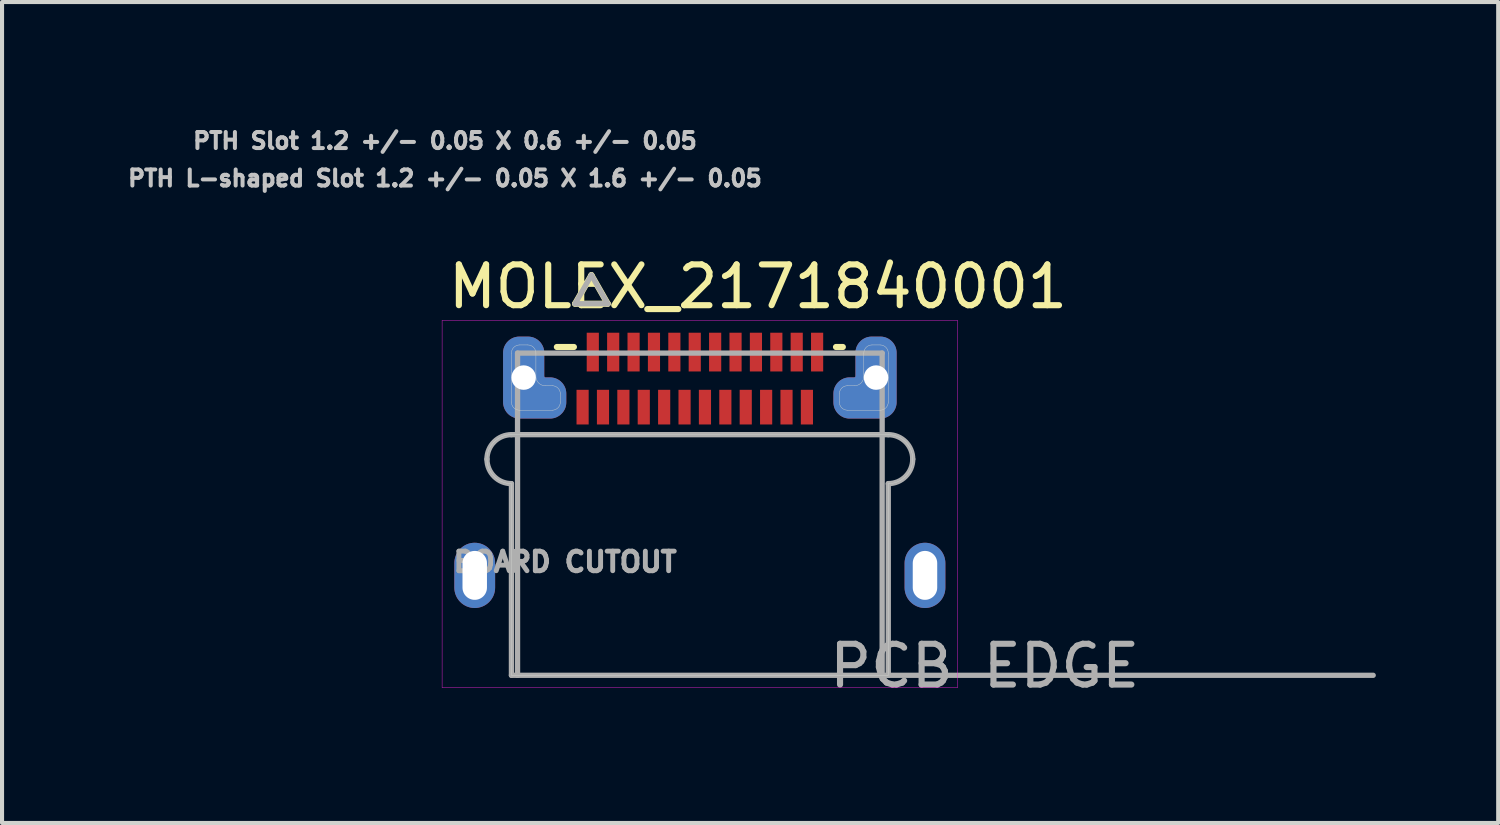
<source format=kicad_pcb>
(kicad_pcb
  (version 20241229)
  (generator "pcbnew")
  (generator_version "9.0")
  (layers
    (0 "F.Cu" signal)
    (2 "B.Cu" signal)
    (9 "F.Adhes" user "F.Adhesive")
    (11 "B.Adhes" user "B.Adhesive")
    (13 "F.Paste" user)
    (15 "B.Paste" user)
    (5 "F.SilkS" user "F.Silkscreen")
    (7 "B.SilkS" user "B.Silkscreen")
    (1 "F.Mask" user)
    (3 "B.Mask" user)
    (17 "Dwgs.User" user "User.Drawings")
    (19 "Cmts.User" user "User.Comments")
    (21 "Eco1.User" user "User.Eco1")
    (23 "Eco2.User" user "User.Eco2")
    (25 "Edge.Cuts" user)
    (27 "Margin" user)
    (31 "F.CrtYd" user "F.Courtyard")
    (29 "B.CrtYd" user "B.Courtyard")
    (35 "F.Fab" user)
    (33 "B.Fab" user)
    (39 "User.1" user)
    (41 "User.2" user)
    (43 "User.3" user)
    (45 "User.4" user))
  (footprint "MOLEX_2171840001"
    (layer "F.Cu")
    (at 14.11 13.508)
    (property "Reference" "MOLEX_2171840001" (at 1.425 -9.53 0) (layer "F.SilkS") (effects (font (size 1 1) (thickness 0.15))))
    (attr smd)
    (fp_poly (pts (xy -3.087 -7.064) (xy -2.663 -7.064) (xy -2.663 -6.087) (xy -3.087 -6.087)) (stroke (width 0.01) (type solid)) (fill yes) (layer "F.Mask"))
    (fp_poly (pts (xy -2.837 -8.463) (xy -2.413 -8.463) (xy -2.413 -7.386) (xy -2.837 -7.386)) (stroke (width 0.01) (type solid)) (fill yes) (layer "F.Mask"))
    (fp_poly (pts (xy -2.587 -7.064) (xy -2.163 -7.064) (xy -2.163 -6.087) (xy -2.587 -6.087)) (stroke (width 0.01) (type solid)) (fill yes) (layer "F.Mask"))
    (fp_poly (pts (xy -2.337 -8.463) (xy -1.913 -8.463) (xy -1.913 -7.386) (xy -2.337 -7.386)) (stroke (width 0.01) (type solid)) (fill yes) (layer "F.Mask"))
    (fp_poly (pts (xy -2.087 -7.064) (xy -1.663 -7.064) (xy -1.663 -6.087) (xy -2.087 -6.087)) (stroke (width 0.01) (type solid)) (fill yes) (layer "F.Mask"))
    (fp_poly (pts (xy -1.837 -8.463) (xy -1.413 -8.463) (xy -1.413 -7.386) (xy -1.837 -7.386)) (stroke (width 0.01) (type solid)) (fill yes) (layer "F.Mask"))
    (fp_poly (pts (xy -1.587 -7.064) (xy -1.163 -7.064) (xy -1.163 -6.087) (xy -1.587 -6.087)) (stroke (width 0.01) (type solid)) (fill yes) (layer "F.Mask"))
    (fp_poly (pts (xy -1.337 -8.463) (xy -0.912 -8.463) (xy -0.912 -7.386) (xy -1.337 -7.386)) (stroke (width 0.01) (type solid)) (fill yes) (layer "F.Mask"))
    (fp_poly (pts (xy -1.087 -7.064) (xy -0.662 -7.064) (xy -0.662 -6.087) (xy -1.087 -6.087)) (stroke (width 0.01) (type solid)) (fill yes) (layer "F.Mask"))
    (fp_poly (pts (xy -0.838 -8.463) (xy -0.412 -8.463) (xy -0.412 -7.386) (xy -0.838 -7.386)) (stroke (width 0.01) (type solid)) (fill yes) (layer "F.Mask"))
    (fp_poly (pts (xy -0.588 -7.064) (xy -0.163 -7.064) (xy -0.163 -6.087) (xy -0.588 -6.087)) (stroke (width 0.01) (type solid)) (fill yes) (layer "F.Mask"))
    (fp_poly (pts (xy -0.338 -8.463) (xy 0.087 -8.463) (xy 0.087 -7.386) (xy -0.338 -7.386)) (stroke (width 0.01) (type solid)) (fill yes) (layer "F.Mask"))
    (fp_poly (pts (xy -0.087 -7.064) (xy 0.338 -7.064) (xy 0.338 -6.087) (xy -0.087 -6.087)) (stroke (width 0.01) (type solid)) (fill yes) (layer "F.Mask"))
    (fp_poly (pts (xy 0.163 -8.463) (xy 0.588 -8.463) (xy 0.588 -7.386) (xy 0.163 -7.386)) (stroke (width 0.01) (type solid)) (fill yes) (layer "F.Mask"))
    (fp_poly (pts (xy 0.412 -7.064) (xy 0.838 -7.064) (xy 0.838 -6.087) (xy 0.412 -6.087)) (stroke (width 0.01) (type solid)) (fill yes) (layer "F.Mask"))
    (fp_poly (pts (xy 0.662 -8.463) (xy 1.087 -8.463) (xy 1.087 -7.386) (xy 0.662 -7.386)) (stroke (width 0.01) (type solid)) (fill yes) (layer "F.Mask"))
    (fp_poly (pts (xy 0.912 -7.064) (xy 1.337 -7.064) (xy 1.337 -6.087) (xy 0.912 -6.087)) (stroke (width 0.01) (type solid)) (fill yes) (layer "F.Mask"))
    (fp_poly (pts (xy 1.163 -8.463) (xy 1.587 -8.463) (xy 1.587 -7.386) (xy 1.163 -7.386)) (stroke (width 0.01) (type solid)) (fill yes) (layer "F.Mask"))
    (fp_poly (pts (xy 1.413 -7.064) (xy 1.837 -7.064) (xy 1.837 -6.087) (xy 1.413 -6.087)) (stroke (width 0.01) (type solid)) (fill yes) (layer "F.Mask"))
    (fp_poly (pts (xy 1.663 -8.463) (xy 2.087 -8.463) (xy 2.087 -7.386) (xy 1.663 -7.386)) (stroke (width 0.01) (type solid)) (fill yes) (layer "F.Mask"))
    (fp_poly (pts (xy 1.913 -7.064) (xy 2.337 -7.064) (xy 2.337 -6.087) (xy 1.913 -6.087)) (stroke (width 0.01) (type solid)) (fill yes) (layer "F.Mask"))
    (fp_poly (pts (xy 2.163 -8.463) (xy 2.587 -8.463) (xy 2.587 -7.386) (xy 2.163 -7.386)) (stroke (width 0.01) (type solid)) (fill yes) (layer "F.Mask"))
    (fp_poly (pts (xy 2.413 -7.064) (xy 2.837 -7.064) (xy 2.837 -6.087) (xy 2.413 -6.087)) (stroke (width 0.01) (type solid)) (fill yes) (layer "F.Mask"))
    (fp_poly (pts (xy 2.663 -8.463) (xy 3.087 -8.463) (xy 3.087 -7.386) (xy 2.663 -7.386)) (stroke (width 0.01) (type solid)) (fill yes) (layer "F.Mask"))
    (fp_poly (pts (xy -3.756 -7.913) (xy -3.756 -7.404) (xy -3.756 -7.401) (xy -3.756 -7.399) (xy -3.756 -7.397) (xy -3.756 -7.395) (xy -3.755 -7.393) (xy -3.755 -7.391) (xy -3.754 -7.389) (xy -3.753 -7.387) (xy -3.752 -7.385) (xy -3.751 -7.383) (xy -3.75 -7.382) (xy -3.749 -7.38) (xy -3.748 -7.378) (xy -3.746 -7.377) (xy -3.745 -7.375) (xy -3.743 -7.374) (xy -3.742 -7.372) (xy -3.74 -7.371) (xy -3.738 -7.37) (xy -3.736 -7.369) (xy -3.735 -7.368) (xy -3.733 -7.367) (xy -3.731 -7.366) (xy -3.729 -7.365) (xy -3.727 -7.365) (xy -3.725 -7.364) (xy -3.723 -7.364) (xy -3.721 -7.364) (xy -3.719 -7.364) (xy -3.716 -7.364) (xy -3.667 -7.364) (xy -3.643 -7.363) (xy -3.619 -7.361) (xy -3.596 -7.358) (xy -3.573 -7.354) (xy -3.55 -7.348) (xy -3.527 -7.341) (xy -3.505 -7.334) (xy -3.483 -7.325) (xy -3.462 -7.314) (xy -3.442 -7.303) (xy -3.421 -7.291) (xy -3.402 -7.278) (xy -3.383 -7.263) (xy -3.365 -7.248) (xy -3.348 -7.232) (xy -3.332 -7.215) (xy -3.317 -7.197) (xy -3.302 -7.178) (xy -3.289 -7.159) (xy -3.277 -7.138) (xy -3.266 -7.118) (xy -3.255 -7.097) (xy -3.246 -7.075) (xy -3.239 -7.053) (xy -3.232 -7.03) (xy -3.226 -7.007) (xy -3.222 -6.984) (xy -3.219 -6.961) (xy -3.217 -6.937) (xy -3.216 -6.913) (xy -3.216 -6.686) (xy -3.217 -6.663) (xy -3.219 -6.639) (xy -3.222 -6.616) (xy -3.226 -6.593) (xy -3.232 -6.57) (xy -3.239 -6.547) (xy -3.246 -6.525) (xy -3.255 -6.503) (xy -3.266 -6.482) (xy -3.277 -6.462) (xy -3.289 -6.441) (xy -3.302 -6.422) (xy -3.317 -6.403) (xy -3.332 -6.385) (xy -3.348 -6.368) (xy -3.365 -6.352) (xy -3.383 -6.337) (xy -3.402 -6.322) (xy -3.421 -6.309) (xy -3.441 -6.297) (xy -3.462 -6.286) (xy -3.483 -6.275) (xy -3.505 -6.266) (xy -3.527 -6.259) (xy -3.55 -6.252) (xy -3.573 -6.246) (xy -3.596 -6.242) (xy -3.619 -6.239) (xy -3.643 -6.237) (xy -3.667 -6.237) (xy -4.434 -6.237) (xy -4.457 -6.237) (xy -4.481 -6.239) (xy -4.504 -6.242) (xy -4.527 -6.246) (xy -4.55 -6.252) (xy -4.573 -6.259) (xy -4.595 -6.266) (xy -4.617 -6.275) (xy -4.638 -6.286) (xy -4.659 -6.297) (xy -4.679 -6.309) (xy -4.698 -6.322) (xy -4.717 -6.337) (xy -4.735 -6.352) (xy -4.752 -6.368) (xy -4.768 -6.385) (xy -4.783 -6.403) (xy -4.798 -6.422) (xy -4.811 -6.441) (xy -4.823 -6.462) (xy -4.834 -6.482) (xy -4.845 -6.503) (xy -4.854 -6.525) (xy -4.861 -6.547) (xy -4.868 -6.57) (xy -4.874 -6.593) (xy -4.878 -6.616) (xy -4.881 -6.639) (xy -4.883 -6.663) (xy -4.883 -6.686) (xy -4.883 -7.913) (xy -4.883 -7.937) (xy -4.881 -7.961) (xy -4.878 -7.984) (xy -4.874 -8.007) (xy -4.868 -8.03) (xy -4.861 -8.053) (xy -4.854 -8.075) (xy -4.845 -8.097) (xy -4.834 -8.118) (xy -4.823 -8.139) (xy -4.811 -8.159) (xy -4.798 -8.178) (xy -4.783 -8.197) (xy -4.768 -8.215) (xy -4.752 -8.232) (xy -4.735 -8.248) (xy -4.717 -8.263) (xy -4.698 -8.278) (xy -4.679 -8.291) (xy -4.658 -8.303) (xy -4.638 -8.314) (xy -4.617 -8.325) (xy -4.595 -8.334) (xy -4.573 -8.341) (xy -4.55 -8.348) (xy -4.527 -8.354) (xy -4.504 -8.358) (xy -4.481 -8.361) (xy -4.457 -8.363) (xy -4.434 -8.364) (xy -4.207 -8.364) (xy -4.183 -8.363) (xy -4.159 -8.361) (xy -4.136 -8.358) (xy -4.113 -8.354) (xy -4.09 -8.348) (xy -4.067 -8.341) (xy -4.045 -8.334) (xy -4.023 -8.325) (xy -4.002 -8.314) (xy -3.982 -8.303) (xy -3.961 -8.291) (xy -3.942 -8.278) (xy -3.923 -8.263) (xy -3.905 -8.248) (xy -3.888 -8.232) (xy -3.872 -8.215) (xy -3.857 -8.197) (xy -3.842 -8.178) (xy -3.829 -8.159) (xy -3.817 -8.139) (xy -3.806 -8.118) (xy -3.795 -8.097) (xy -3.786 -8.075) (xy -3.779 -8.053) (xy -3.772 -8.03) (xy -3.766 -8.007) (xy -3.762 -7.984) (xy -3.759 -7.961) (xy -3.757 -7.937) (xy -3.756 -7.913) (xy -3.756 -7.913)) (stroke (width 0.01) (type solid)) (fill yes) (layer "F.Mask"))
    (fp_poly (pts (xy 3.756 -7.913) (xy 3.756 -7.404) (xy 3.756 -7.401) (xy 3.756 -7.399) (xy 3.756 -7.397) (xy 3.756 -7.395) (xy 3.755 -7.393) (xy 3.755 -7.391) (xy 3.754 -7.389) (xy 3.753 -7.387) (xy 3.752 -7.385) (xy 3.751 -7.383) (xy 3.75 -7.382) (xy 3.749 -7.38) (xy 3.748 -7.378) (xy 3.746 -7.377) (xy 3.745 -7.375) (xy 3.743 -7.374) (xy 3.742 -7.372) (xy 3.74 -7.371) (xy 3.738 -7.37) (xy 3.736 -7.369) (xy 3.735 -7.368) (xy 3.733 -7.367) (xy 3.731 -7.366) (xy 3.729 -7.365) (xy 3.727 -7.365) (xy 3.725 -7.364) (xy 3.723 -7.364) (xy 3.721 -7.364) (xy 3.719 -7.364) (xy 3.716 -7.364) (xy 3.667 -7.364) (xy 3.643 -7.363) (xy 3.619 -7.361) (xy 3.596 -7.358) (xy 3.573 -7.354) (xy 3.55 -7.348) (xy 3.527 -7.341) (xy 3.505 -7.334) (xy 3.483 -7.325) (xy 3.462 -7.314) (xy 3.442 -7.303) (xy 3.421 -7.291) (xy 3.402 -7.278) (xy 3.383 -7.263) (xy 3.365 -7.248) (xy 3.348 -7.232) (xy 3.332 -7.215) (xy 3.317 -7.197) (xy 3.302 -7.178) (xy 3.289 -7.159) (xy 3.277 -7.138) (xy 3.266 -7.118) (xy 3.255 -7.097) (xy 3.246 -7.075) (xy 3.239 -7.053) (xy 3.232 -7.03) (xy 3.226 -7.007) (xy 3.222 -6.984) (xy 3.219 -6.961) (xy 3.217 -6.937) (xy 3.216 -6.913) (xy 3.216 -6.686) (xy 3.217 -6.663) (xy 3.219 -6.639) (xy 3.222 -6.616) (xy 3.226 -6.593) (xy 3.232 -6.57) (xy 3.239 -6.547) (xy 3.246 -6.525) (xy 3.255 -6.503) (xy 3.266 -6.482) (xy 3.277 -6.462) (xy 3.289 -6.441) (xy 3.302 -6.422) (xy 3.317 -6.403) (xy 3.332 -6.385) (xy 3.348 -6.368) (xy 3.365 -6.352) (xy 3.383 -6.337) (xy 3.402 -6.322) (xy 3.421 -6.309) (xy 3.442 -6.297) (xy 3.462 -6.286) (xy 3.483 -6.275) (xy 3.505 -6.266) (xy 3.527 -6.259) (xy 3.55 -6.252) (xy 3.573 -6.246) (xy 3.596 -6.242) (xy 3.619 -6.239) (xy 3.643 -6.237) (xy 3.667 -6.237) (xy 4.434 -6.237) (xy 4.457 -6.237) (xy 4.481 -6.239) (xy 4.504 -6.242) (xy 4.527 -6.246) (xy 4.55 -6.252) (xy 4.573 -6.259) (xy 4.595 -6.266) (xy 4.617 -6.275) (xy 4.638 -6.286) (xy 4.659 -6.297) (xy 4.679 -6.309) (xy 4.698 -6.322) (xy 4.717 -6.337) (xy 4.735 -6.352) (xy 4.752 -6.368) (xy 4.768 -6.385) (xy 4.783 -6.403) (xy 4.798 -6.422) (xy 4.811 -6.441) (xy 4.823 -6.462) (xy 4.834 -6.482) (xy 4.845 -6.503) (xy 4.854 -6.525) (xy 4.861 -6.547) (xy 4.868 -6.57) (xy 4.874 -6.593) (xy 4.878 -6.616) (xy 4.881 -6.639) (xy 4.883 -6.663) (xy 4.883 -6.686) (xy 4.883 -7.913) (xy 4.883 -7.937) (xy 4.881 -7.961) (xy 4.878 -7.984) (xy 4.874 -8.007) (xy 4.868 -8.03) (xy 4.861 -8.053) (xy 4.854 -8.075) (xy 4.845 -8.097) (xy 4.834 -8.118) (xy 4.823 -8.139) (xy 4.811 -8.159) (xy 4.798 -8.178) (xy 4.783 -8.197) (xy 4.768 -8.215) (xy 4.752 -8.232) (xy 4.735 -8.248) (xy 4.717 -8.263) (xy 4.698 -8.278) (xy 4.679 -8.291) (xy 4.658 -8.303) (xy 4.638 -8.314) (xy 4.617 -8.325) (xy 4.595 -8.334) (xy 4.573 -8.341) (xy 4.55 -8.348) (xy 4.527 -8.354) (xy 4.504 -8.358) (xy 4.481 -8.361) (xy 4.457 -8.363) (xy 4.434 -8.364) (xy 4.207 -8.364) (xy 4.183 -8.363) (xy 4.159 -8.361) (xy 4.136 -8.358) (xy 4.113 -8.354) (xy 4.09 -8.348) (xy 4.067 -8.341) (xy 4.045 -8.334) (xy 4.023 -8.325) (xy 4.002 -8.314) (xy 3.982 -8.303) (xy 3.961 -8.291) (xy 3.942 -8.278) (xy 3.923 -8.263) (xy 3.905 -8.248) (xy 3.888 -8.232) (xy 3.872 -8.215) (xy 3.857 -8.197) (xy 3.842 -8.178) (xy 3.829 -8.159) (xy 3.817 -8.139) (xy 3.806 -8.118) (xy 3.795 -8.097) (xy 3.786 -8.075) (xy 3.779 -8.053) (xy 3.772 -8.03) (xy 3.766 -8.007) (xy 3.762 -7.984) (xy 3.759 -7.961) (xy 3.757 -7.937) (xy 3.756 -7.913) (xy 3.756 -7.913)) (stroke (width 0.01) (type solid)) (fill yes) (layer "F.Mask"))
    (fp_poly (pts (xy -3.756 -7.913) (xy -3.756 -7.404) (xy -3.756 -7.401) (xy -3.756 -7.399) (xy -3.756 -7.397) (xy -3.756 -7.395) (xy -3.755 -7.393) (xy -3.755 -7.391) (xy -3.754 -7.389) (xy -3.753 -7.387) (xy -3.752 -7.385) (xy -3.751 -7.383) (xy -3.75 -7.382) (xy -3.749 -7.38) (xy -3.748 -7.378) (xy -3.746 -7.377) (xy -3.745 -7.375) (xy -3.743 -7.374) (xy -3.742 -7.372) (xy -3.74 -7.371) (xy -3.738 -7.37) (xy -3.736 -7.369) (xy -3.735 -7.368) (xy -3.733 -7.367) (xy -3.731 -7.366) (xy -3.729 -7.365) (xy -3.727 -7.365) (xy -3.725 -7.364) (xy -3.723 -7.364) (xy -3.721 -7.364) (xy -3.719 -7.364) (xy -3.716 -7.364) (xy -3.667 -7.364) (xy -3.643 -7.363) (xy -3.619 -7.361) (xy -3.596 -7.358) (xy -3.573 -7.354) (xy -3.55 -7.348) (xy -3.527 -7.341) (xy -3.505 -7.334) (xy -3.483 -7.325) (xy -3.462 -7.314) (xy -3.442 -7.303) (xy -3.421 -7.291) (xy -3.402 -7.278) (xy -3.383 -7.263) (xy -3.365 -7.248) (xy -3.348 -7.232) (xy -3.332 -7.215) (xy -3.317 -7.197) (xy -3.302 -7.178) (xy -3.289 -7.159) (xy -3.277 -7.138) (xy -3.266 -7.118) (xy -3.255 -7.097) (xy -3.246 -7.075) (xy -3.239 -7.053) (xy -3.232 -7.03) (xy -3.226 -7.007) (xy -3.222 -6.984) (xy -3.219 -6.961) (xy -3.217 -6.937) (xy -3.216 -6.913) (xy -3.216 -6.686) (xy -3.217 -6.663) (xy -3.219 -6.639) (xy -3.222 -6.616) (xy -3.226 -6.593) (xy -3.232 -6.57) (xy -3.239 -6.547) (xy -3.246 -6.525) (xy -3.255 -6.503) (xy -3.266 -6.482) (xy -3.277 -6.462) (xy -3.289 -6.441) (xy -3.302 -6.422) (xy -3.317 -6.403) (xy -3.332 -6.385) (xy -3.348 -6.368) (xy -3.365 -6.352) (xy -3.383 -6.337) (xy -3.402 -6.322) (xy -3.421 -6.309) (xy -3.441 -6.297) (xy -3.462 -6.286) (xy -3.483 -6.275) (xy -3.505 -6.266) (xy -3.527 -6.259) (xy -3.55 -6.252) (xy -3.573 -6.246) (xy -3.596 -6.242) (xy -3.619 -6.239) (xy -3.643 -6.237) (xy -3.667 -6.237) (xy -4.434 -6.237) (xy -4.457 -6.237) (xy -4.481 -6.239) (xy -4.504 -6.242) (xy -4.527 -6.246) (xy -4.55 -6.252) (xy -4.573 -6.259) (xy -4.595 -6.266) (xy -4.617 -6.275) (xy -4.638 -6.286) (xy -4.659 -6.297) (xy -4.679 -6.309) (xy -4.698 -6.322) (xy -4.717 -6.337) (xy -4.735 -6.352) (xy -4.752 -6.368) (xy -4.768 -6.385) (xy -4.783 -6.403) (xy -4.798 -6.422) (xy -4.811 -6.441) (xy -4.823 -6.462) (xy -4.834 -6.482) (xy -4.845 -6.503) (xy -4.854 -6.525) (xy -4.861 -6.547) (xy -4.868 -6.57) (xy -4.874 -6.593) (xy -4.878 -6.616) (xy -4.881 -6.639) (xy -4.883 -6.663) (xy -4.883 -6.686) (xy -4.883 -7.913) (xy -4.883 -7.937) (xy -4.881 -7.961) (xy -4.878 -7.984) (xy -4.874 -8.007) (xy -4.868 -8.03) (xy -4.861 -8.053) (xy -4.854 -8.075) (xy -4.845 -8.097) (xy -4.834 -8.118) (xy -4.823 -8.139) (xy -4.811 -8.159) (xy -4.798 -8.178) (xy -4.783 -8.197) (xy -4.768 -8.215) (xy -4.752 -8.232) (xy -4.735 -8.248) (xy -4.717 -8.263) (xy -4.698 -8.278) (xy -4.679 -8.291) (xy -4.658 -8.303) (xy -4.638 -8.314) (xy -4.617 -8.325) (xy -4.595 -8.334) (xy -4.573 -8.341) (xy -4.55 -8.348) (xy -4.527 -8.354) (xy -4.504 -8.358) (xy -4.481 -8.361) (xy -4.457 -8.363) (xy -4.434 -8.364) (xy -4.207 -8.364) (xy -4.183 -8.363) (xy -4.159 -8.361) (xy -4.136 -8.358) (xy -4.113 -8.354) (xy -4.09 -8.348) (xy -4.067 -8.341) (xy -4.045 -8.334) (xy -4.023 -8.325) (xy -4.002 -8.314) (xy -3.982 -8.303) (xy -3.961 -8.291) (xy -3.942 -8.278) (xy -3.923 -8.263) (xy -3.905 -8.248) (xy -3.888 -8.232) (xy -3.872 -8.215) (xy -3.857 -8.197) (xy -3.842 -8.178) (xy -3.829 -8.159) (xy -3.817 -8.139) (xy -3.806 -8.118) (xy -3.795 -8.097) (xy -3.786 -8.075) (xy -3.779 -8.053) (xy -3.772 -8.03) (xy -3.766 -8.007) (xy -3.762 -7.984) (xy -3.759 -7.961) (xy -3.757 -7.937) (xy -3.756 -7.913) (xy -3.756 -7.913)) (stroke (width 0.01) (type solid)) (fill yes) (layer "B.Mask"))
    (fp_poly (pts (xy 3.756 -7.913) (xy 3.756 -7.404) (xy 3.756 -7.401) (xy 3.756 -7.399) (xy 3.756 -7.397) (xy 3.756 -7.395) (xy 3.755 -7.393) (xy 3.755 -7.391) (xy 3.754 -7.389) (xy 3.753 -7.387) (xy 3.752 -7.385) (xy 3.751 -7.383) (xy 3.75 -7.382) (xy 3.749 -7.38) (xy 3.748 -7.378) (xy 3.746 -7.377) (xy 3.745 -7.375) (xy 3.743 -7.374) (xy 3.742 -7.372) (xy 3.74 -7.371) (xy 3.738 -7.37) (xy 3.736 -7.369) (xy 3.735 -7.368) (xy 3.733 -7.367) (xy 3.731 -7.366) (xy 3.729 -7.365) (xy 3.727 -7.365) (xy 3.725 -7.364) (xy 3.723 -7.364) (xy 3.721 -7.364) (xy 3.719 -7.364) (xy 3.716 -7.364) (xy 3.667 -7.364) (xy 3.643 -7.363) (xy 3.619 -7.361) (xy 3.596 -7.358) (xy 3.573 -7.354) (xy 3.55 -7.348) (xy 3.527 -7.341) (xy 3.505 -7.334) (xy 3.483 -7.325) (xy 3.462 -7.314) (xy 3.442 -7.303) (xy 3.421 -7.291) (xy 3.402 -7.278) (xy 3.383 -7.263) (xy 3.365 -7.248) (xy 3.348 -7.232) (xy 3.332 -7.215) (xy 3.317 -7.197) (xy 3.302 -7.178) (xy 3.289 -7.159) (xy 3.277 -7.138) (xy 3.266 -7.118) (xy 3.255 -7.097) (xy 3.246 -7.075) (xy 3.239 -7.053) (xy 3.232 -7.03) (xy 3.226 -7.007) (xy 3.222 -6.984) (xy 3.219 -6.961) (xy 3.217 -6.937) (xy 3.216 -6.913) (xy 3.216 -6.686) (xy 3.217 -6.663) (xy 3.219 -6.639) (xy 3.222 -6.616) (xy 3.226 -6.593) (xy 3.232 -6.57) (xy 3.239 -6.547) (xy 3.246 -6.525) (xy 3.255 -6.503) (xy 3.266 -6.482) (xy 3.277 -6.462) (xy 3.289 -6.441) (xy 3.302 -6.422) (xy 3.317 -6.403) (xy 3.332 -6.385) (xy 3.348 -6.368) (xy 3.365 -6.352) (xy 3.383 -6.337) (xy 3.402 -6.322) (xy 3.421 -6.309) (xy 3.442 -6.297) (xy 3.462 -6.286) (xy 3.483 -6.275) (xy 3.505 -6.266) (xy 3.527 -6.259) (xy 3.55 -6.252) (xy 3.573 -6.246) (xy 3.596 -6.242) (xy 3.619 -6.239) (xy 3.643 -6.237) (xy 3.667 -6.237) (xy 4.434 -6.237) (xy 4.457 -6.237) (xy 4.481 -6.239) (xy 4.504 -6.242) (xy 4.527 -6.246) (xy 4.55 -6.252) (xy 4.573 -6.259) (xy 4.595 -6.266) (xy 4.617 -6.275) (xy 4.638 -6.286) (xy 4.659 -6.297) (xy 4.679 -6.309) (xy 4.698 -6.322) (xy 4.717 -6.337) (xy 4.735 -6.352) (xy 4.752 -6.368) (xy 4.768 -6.385) (xy 4.783 -6.403) (xy 4.798 -6.422) (xy 4.811 -6.441) (xy 4.823 -6.462) (xy 4.834 -6.482) (xy 4.845 -6.503) (xy 4.854 -6.525) (xy 4.861 -6.547) (xy 4.868 -6.57) (xy 4.874 -6.593) (xy 4.878 -6.616) (xy 4.881 -6.639) (xy 4.883 -6.663) (xy 4.883 -6.686) (xy 4.883 -7.913) (xy 4.883 -7.937) (xy 4.881 -7.961) (xy 4.878 -7.984) (xy 4.874 -8.007) (xy 4.868 -8.03) (xy 4.861 -8.053) (xy 4.854 -8.075) (xy 4.845 -8.097) (xy 4.834 -8.118) (xy 4.823 -8.139) (xy 4.811 -8.159) (xy 4.798 -8.178) (xy 4.783 -8.197) (xy 4.768 -8.215) (xy 4.752 -8.232) (xy 4.735 -8.248) (xy 4.717 -8.263) (xy 4.698 -8.278) (xy 4.679 -8.291) (xy 4.658 -8.303) (xy 4.638 -8.314) (xy 4.617 -8.325) (xy 4.595 -8.334) (xy 4.573 -8.341) (xy 4.55 -8.348) (xy 4.527 -8.354) (xy 4.504 -8.358) (xy 4.481 -8.361) (xy 4.457 -8.363) (xy 4.434 -8.364) (xy 4.207 -8.364) (xy 4.183 -8.363) (xy 4.159 -8.361) (xy 4.136 -8.358) (xy 4.113 -8.354) (xy 4.09 -8.348) (xy 4.067 -8.341) (xy 4.045 -8.334) (xy 4.023 -8.325) (xy 4.002 -8.314) (xy 3.982 -8.303) (xy 3.961 -8.291) (xy 3.942 -8.278) (xy 3.923 -8.263) (xy 3.905 -8.248) (xy 3.888 -8.232) (xy 3.872 -8.215) (xy 3.857 -8.197) (xy 3.842 -8.178) (xy 3.829 -8.159) (xy 3.817 -8.139) (xy 3.806 -8.118) (xy 3.795 -8.097) (xy 3.786 -8.075) (xy 3.779 -8.053) (xy 3.772 -8.03) (xy 3.766 -8.007) (xy 3.762 -7.984) (xy 3.759 -7.961) (xy 3.757 -7.937) (xy 3.756 -7.913) (xy 3.756 -7.913)) (stroke (width 0.01) (type solid)) (fill yes) (layer "B.Mask"))
    (fp_line (start -3.506 -8.05) (end -3.088 -8.05) (stroke (width 0.15) (type solid)) (layer "F.SilkS"))
    (fp_line (start -3.059 -9.111) (end -2.259 -9.111) (stroke (width 0.15) (type solid)) (layer "F.SilkS"))
    (fp_line (start -2.659 -9.811) (end -3.059 -9.111) (stroke (width 0.15) (type solid)) (layer "F.SilkS"))
    (fp_line (start -2.259 -9.111) (end -2.659 -9.811) (stroke (width 0.15) (type solid)) (layer "F.SilkS"))
    (fp_line (start 3.338 -8.05) (end 3.506 -8.05) (stroke (width 0.15) (type solid)) (layer "F.SilkS"))
    (fp_line (start -4.62 -6.7) (end -4.62 -7.9) (stroke (width 0.01) (type solid)) (layer "Edge.Cuts"))
    (fp_line (start -4.62 -4.7) (end -4.62 0) (stroke (width 0.01) (type solid)) (layer "Edge.Cuts"))
    (fp_line (start -4.62 0) (end 4.62 0) (stroke (width 0.01) (type solid)) (layer "Edge.Cuts"))
    (fp_line (start -4.42 -8.1) (end -4.22 -8.1) (stroke (width 0.01) (type solid)) (layer "Edge.Cuts"))
    (fp_line (start -4.02 -7.9) (end -4.02 -7.33) (stroke (width 0.01) (type solid)) (layer "Edge.Cuts"))
    (fp_line (start -3.79 -7.1) (end -3.62 -7.1) (stroke (width 0.01) (type solid)) (layer "Edge.Cuts"))
    (fp_line (start -3.62 -6.5) (end -4.42 -6.5) (stroke (width 0.01) (type solid)) (layer "Edge.Cuts"))
    (fp_line (start -3.42 -6.9) (end -3.42 -6.7) (stroke (width 0.01) (type solid)) (layer "Edge.Cuts"))
    (fp_line (start 3.42 -6.7) (end 3.42 -6.9) (stroke (width 0.01) (type solid)) (layer "Edge.Cuts"))
    (fp_line (start 3.62 -7.1) (end 3.79 -7.1) (stroke (width 0.01) (type solid)) (layer "Edge.Cuts"))
    (fp_line (start 4.02 -7.33) (end 4.02 -7.9) (stroke (width 0.01) (type solid)) (layer "Edge.Cuts"))
    (fp_line (start 4.22 -8.1) (end 4.42 -8.1) (stroke (width 0.01) (type solid)) (layer "Edge.Cuts"))
    (fp_line (start 4.42 -6.5) (end 3.62 -6.5) (stroke (width 0.01) (type solid)) (layer "Edge.Cuts"))
    (fp_line (start 4.62 -7.9) (end 4.62 -6.7) (stroke (width 0.01) (type solid)) (layer "Edge.Cuts"))
    (fp_line (start 4.62 -5.9) (end -4.62 -5.9) (stroke (width 0.01) (type solid)) (layer "Edge.Cuts"))
    (fp_line (start 4.62 0) (end 4.62 -4.7) (stroke (width 0.01) (type solid)) (layer "Edge.Cuts"))
    (fp_arc (start -5.22 -5.3) (mid -5.044264 -5.724264) (end -4.62 -5.9) (stroke (width 0.01) (type solid)) (layer "Edge.Cuts"))
    (fp_arc (start -4.62 -7.9) (mid -4.561421 -8.041421) (end -4.42 -8.1) (stroke (width 0.01) (type solid)) (layer "Edge.Cuts"))
    (fp_arc (start -4.62 -4.7) (mid -5.044264 -4.875736) (end -5.22 -5.3) (stroke (width 0.01) (type solid)) (layer "Edge.Cuts"))
    (fp_arc (start -4.42 -6.5) (mid -4.561421 -6.558579) (end -4.62 -6.7) (stroke (width 0.01) (type solid)) (layer "Edge.Cuts"))
    (fp_arc (start -4.22 -8.1) (mid -4.078579 -8.041421) (end -4.02 -7.9) (stroke (width 0.01) (type solid)) (layer "Edge.Cuts"))
    (fp_arc (start -3.79 -7.1) (mid -3.952635 -7.167365) (end -4.02 -7.33) (stroke (width 0.01) (type solid)) (layer "Edge.Cuts"))
    (fp_arc (start -3.62 -7.1) (mid -3.478579 -7.041421) (end -3.42 -6.9) (stroke (width 0.01) (type solid)) (layer "Edge.Cuts"))
    (fp_arc (start -3.42 -6.7) (mid -3.478579 -6.558579) (end -3.62 -6.5) (stroke (width 0.01) (type solid)) (layer "Edge.Cuts"))
    (fp_arc (start 3.42 -6.9) (mid 3.478579 -7.041421) (end 3.62 -7.1) (stroke (width 0.01) (type solid)) (layer "Edge.Cuts"))
    (fp_arc (start 3.62 -6.5) (mid 3.478579 -6.558579) (end 3.42 -6.7) (stroke (width 0.01) (type solid)) (layer "Edge.Cuts"))
    (fp_arc (start 4.02 -7.9) (mid 4.078579 -8.041421) (end 4.22 -8.1) (stroke (width 0.01) (type solid)) (layer "Edge.Cuts"))
    (fp_arc (start 4.02 -7.33) (mid 3.952635 -7.167365) (end 3.79 -7.1) (stroke (width 0.01) (type solid)) (layer "Edge.Cuts"))
    (fp_arc (start 4.42 -8.1) (mid 4.561421 -8.041421) (end 4.62 -7.9) (stroke (width 0.01) (type solid)) (layer "Edge.Cuts"))
    (fp_arc (start 4.62 -6.7) (mid 4.561421 -6.558579) (end 4.42 -6.5) (stroke (width 0.01) (type solid)) (layer "Edge.Cuts"))
    (fp_arc (start 4.62 -5.9) (mid 5.044264 -5.724264) (end 5.22 -5.3) (stroke (width 0.01) (type solid)) (layer "Edge.Cuts"))
    (fp_arc (start 5.22 -5.3) (mid 5.044264 -4.875736) (end 4.62 -4.7) (stroke (width 0.01) (type solid)) (layer "Edge.Cuts"))
    (fp_line (start -6.32 -8.7) (end 6.32 -8.7) (stroke (width 0.01) (type solid)) (layer "F.CrtYd"))
    (fp_line (start -6.32 0.3) (end -6.32 -8.7) (stroke (width 0.01) (type solid)) (layer "F.CrtYd"))
    (fp_line (start 6.32 -8.7) (end 6.32 0.3) (stroke (width 0.01) (type solid)) (layer "F.CrtYd"))
    (fp_line (start 6.32 0.3) (end -6.32 0.3) (stroke (width 0.01) (type solid)) (layer "F.CrtYd"))
    (fp_line (start -4.62 -5.9) (end 4.62 -5.9) (stroke (width 0.13) (type solid)) (layer "F.Fab"))
    (fp_line (start -4.62 0) (end -4.62 -4.7) (stroke (width 0.13) (type solid)) (layer "F.Fab"))
    (fp_line (start -4.47 -7.9) (end 4.47 -7.9) (stroke (width 0.13) (type solid)) (layer "F.Fab"))
    (fp_line (start -4.47 0) (end -4.62 0) (stroke (width 0.13) (type solid)) (layer "F.Fab"))
    (fp_line (start -4.47 0) (end -4.47 -7.9) (stroke (width 0.13) (type solid)) (layer "F.Fab"))
    (fp_line (start -3.059 -9.111) (end -2.259 -9.111) (stroke (width 0.13) (type solid)) (layer "F.Fab"))
    (fp_line (start -2.659 -9.811) (end -3.059 -9.111) (stroke (width 0.13) (type solid)) (layer "F.Fab"))
    (fp_line (start -2.259 -9.111) (end -2.659 -9.811) (stroke (width 0.13) (type solid)) (layer "F.Fab"))
    (fp_line (start 4.47 -7.9) (end 4.47 0) (stroke (width 0.13) (type solid)) (layer "F.Fab"))
    (fp_line (start 4.47 0) (end -4.47 0) (stroke (width 0.13) (type solid)) (layer "F.Fab"))
    (fp_line (start 4.62 -4.7) (end 4.62 0) (stroke (width 0.13) (type solid)) (layer "F.Fab"))
    (fp_line (start 4.62 0) (end 4.47 0) (stroke (width 0.13) (type solid)) (layer "F.Fab"))
    (fp_line (start 4.62 0) (end 16.51 0) (stroke (width 0.13) (type solid)) (layer "F.Fab"))
    (fp_arc (start -5.22 -5.3) (mid -5.044264 -5.724264) (end -4.62 -5.9) (stroke (width 0.13) (type solid)) (layer "F.Fab"))
    (fp_arc (start -4.62 -4.7) (mid -5.044264 -4.875736) (end -5.22 -5.3) (stroke (width 0.13) (type solid)) (layer "F.Fab"))
    (fp_arc (start 4.62 -5.9) (mid 5.044264 -5.724264) (end 5.22 -5.3) (stroke (width 0.13) (type solid)) (layer "F.Fab"))
    (fp_arc (start 5.22 -5.3) (mid 5.044264 -4.875736) (end 4.62 -4.7) (stroke (width 0.13) (type solid)) (layer "F.Fab"))
    (fp_text user "PTH Slot 1.2 +/- 0.05 X 0.6 +/- 0.05" (at -6.25 -13.105 0) (layer "Dwgs.User") (effects (font (size 0.394 0.394) (thickness 0.15))))
    (fp_text user "PTH L-shaped Slot 1.2 +/- 0.05 X 1.6 +/- 0.05" (at -6.25 -12.186 0) (layer "Dwgs.User") (effects (font (size 0.394 0.394) (thickness 0.15))))
    (fp_text user "PCB EDGE" (at 6.985 -0.228 0) (layer "F.Fab") (effects (font (size 1 1) (thickness 0.15))))
    (fp_text user "BOARD CUTOUT" (at -3.302 -2.78 0) (layer "F.Fab") (effects (font (size 0.48 0.48) (thickness 0.15))))
    (pad "A1" smd rect (at -2.625 -7.925) (size 0.298 0.95) (layers "F.Cu" "F.Paste"))
    (pad "A2" smd rect (at -2.125 -7.925) (size 0.298 0.95) (layers "F.Cu" "F.Paste"))
    (pad "A3" smd rect (at -1.625 -7.925) (size 0.298 0.95) (layers "F.Cu" "F.Paste"))
    (pad "A4" smd rect (at -1.125 -7.925) (size 0.298 0.95) (layers "F.Cu" "F.Paste"))
    (pad "A5" smd rect (at -0.625 -7.925) (size 0.298 0.95) (layers "F.Cu" "F.Paste"))
    (pad "A6" smd rect (at -0.125 -7.925) (size 0.298 0.95) (layers "F.Cu" "F.Paste"))
    (pad "A7" smd rect (at 0.375 -7.925) (size 0.298 0.95) (layers "F.Cu" "F.Paste"))
    (pad "A8" smd rect (at 0.875 -7.925) (size 0.298 0.95) (layers "F.Cu" "F.Paste"))
    (pad "A9" smd rect (at 1.375 -7.925) (size 0.298 0.95) (layers "F.Cu" "F.Paste"))
    (pad "A10" smd rect (at 1.875 -7.925) (size 0.298 0.95) (layers "F.Cu" "F.Paste"))
    (pad "A11" smd rect (at 2.375 -7.925) (size 0.298 0.95) (layers "F.Cu" "F.Paste"))
    (pad "A12" smd rect (at 2.875 -7.925) (size 0.298 0.95) (layers "F.Cu" "F.Paste"))
    (pad "B1" smd rect (at 2.625 -6.575) (size 0.298 0.85) (layers "F.Cu" "F.Paste"))
    (pad "B2" smd rect (at 2.125 -6.575) (size 0.298 0.85) (layers "F.Cu" "F.Paste"))
    (pad "B3" smd rect (at 1.625 -6.575) (size 0.298 0.85) (layers "F.Cu" "F.Paste"))
    (pad "B4" smd rect (at 1.125 -6.575) (size 0.298 0.85) (layers "F.Cu" "F.Paste"))
    (pad "B5" smd rect (at 0.625 -6.575) (size 0.298 0.85) (layers "F.Cu" "F.Paste"))
    (pad "B6" smd rect (at 0.125 -6.575) (size 0.298 0.85) (layers "F.Cu" "F.Paste"))
    (pad "B7" smd rect (at -0.375 -6.575) (size 0.298 0.85) (layers "F.Cu" "F.Paste"))
    (pad "B8" smd rect (at -0.875 -6.575) (size 0.298 0.85) (layers "F.Cu" "F.Paste"))
    (pad "B9" smd rect (at -1.375 -6.575) (size 0.298 0.85) (layers "F.Cu" "F.Paste"))
    (pad "B10" smd rect (at -1.875 -6.575) (size 0.298 0.85) (layers "F.Cu" "F.Paste"))
    (pad "B11" smd rect (at -2.375 -6.575) (size 0.298 0.85) (layers "F.Cu" "F.Paste"))
    (pad "B12" smd rect (at -2.875 -6.575) (size 0.298 0.85) (layers "F.Cu" "F.Paste"))
    (pad "SH1" thru_hole oval (at -5.52 -2.45) (size 1 1.6) (drill oval 0.6 1.2) (layers "*.Cu" "*.Mask"))
    (pad "SH2" thru_hole oval (at 5.52 -2.45) (size 1 1.6) (drill oval 0.6 1.2) (layers "*.Cu" "*.Mask"))
    (pad "SH3" thru_hole custom (at -4.32 -7.3) (size 1 1) (drill 0.6) (layers "*.Cu") (options (anchor circle)) (primitives (gr_poly (pts (xy -0.105 -1) (xy 0.105 -1) (xy 0.126 -0.999) (xy 0.146 -0.998) (xy 0.167 -0.995) (xy 0.187 -0.991) (xy 0.207 -0.987) (xy 0.227 -0.981) (xy 0.247 -0.974) (xy 0.266 -0.966) (xy 0.284 -0.957) (xy 0.302 -0.947) (xy 0.32 -0.936) (xy 0.337 -0.925) (xy 0.354 -0.912) (xy 0.369 -0.899) (xy 0.384 -0.884) (xy 0.399 -0.869) (xy 0.412 -0.854) (xy 0.425 -0.837) (xy 0.436 -0.82) (xy 0.447 -0.803) (xy 0.457 -0.784) (xy 0.466 -0.766) (xy 0.474 -0.747) (xy 0.481 -0.727) (xy 0.487 -0.707) (xy 0.491 -0.687) (xy 0.495 -0.667) (xy 0.498 -0.646) (xy 0.499 -0.626) (xy 0.5 -0.605) (xy 0.5 -0.035) (xy 0.5 -0.033) (xy 0.5 -0.031) (xy 0.5 -0.03) (xy 0.501 -0.028) (xy 0.501 -0.026) (xy 0.502 -0.024) (xy 0.502 -0.022) (xy 0.503 -0.021) (xy 0.504 -0.019) (xy 0.505 -0.017) (xy 0.506 -0.016) (xy 0.507 -0.014) (xy 0.508 -0.013) (xy 0.509 -0.012) (xy 0.51 -0.01) (xy 0.512 -0.009) (xy 0.513 -0.008) (xy 0.514 -0.007) (xy 0.516 -0.006) (xy 0.517 -0.005) (xy 0.519 -0.004) (xy 0.521 -0.003) (xy 0.522 -0.002) (xy 0.524 -0.002) (xy 0.526 -0.001) (xy 0.528 -0.001) (xy 0.53 0) (xy 0.531 0) (xy 0.533 0) (xy 0.535 0) (xy 0.645 0) (xy 0.666 0.001) (xy 0.686 0.002) (xy 0.707 0.005) (xy 0.727 0.009) (xy 0.747 0.013) (xy 0.767 0.019) (xy 0.787 0.026) (xy 0.806 0.034) (xy 0.824 0.043) (xy 0.842 0.053) (xy 0.86 0.064) (xy 0.877 0.075) (xy 0.894 0.088) (xy 0.909 0.101) (xy 0.924 0.116) (xy 0.939 0.131) (xy 0.952 0.146) (xy 0.965 0.163) (xy 0.976 0.18) (xy 0.987 0.197) (xy 0.997 0.216) (xy 1.006 0.234) (xy 1.014 0.253) (xy 1.021 0.273) (xy 1.027 0.293) (xy 1.031 0.313) (xy 1.035 0.333) (xy 1.038 0.354) (xy 1.039 0.374) (xy 1.04 0.395) (xy 1.04 0.605) (xy 1.039 0.626) (xy 1.038 0.646) (xy 1.035 0.667) (xy 1.031 0.687) (xy 1.027 0.707) (xy 1.021 0.727) (xy 1.014 0.747) (xy 1.006 0.766) (xy 0.997 0.784) (xy 0.987 0.802) (xy 0.976 0.82) (xy 0.965 0.837) (xy 0.952 0.854) (xy 0.939 0.869) (xy 0.924 0.884) (xy 0.909 0.899) (xy 0.894 0.912) (xy 0.877 0.925) (xy 0.86 0.936) (xy 0.842 0.947) (xy 0.824 0.957) (xy 0.806 0.966) (xy 0.787 0.974) (xy 0.767 0.981) (xy 0.747 0.987) (xy 0.727 0.991) (xy 0.707 0.995) (xy 0.686 0.998) (xy 0.666 0.999) (xy 0.645 1) (xy -0.1 1) (xy -0.121 0.999) (xy -0.142 0.998) (xy -0.163 0.995) (xy -0.183 0.991) (xy -0.204 0.986) (xy -0.224 0.98) (xy -0.243 0.973) (xy -0.263 0.965) (xy -0.282 0.956) (xy -0.3 0.946) (xy -0.318 0.935) (xy -0.335 0.924) (xy -0.352 0.911) (xy -0.368 0.897) (xy -0.383 0.883) (xy -0.397 0.868) (xy -0.411 0.852) (xy -0.424 0.835) (xy -0.435 0.818) (xy -0.446 0.8) (xy -0.456 0.782) (xy -0.465 0.763) (xy -0.473 0.743) (xy -0.48 0.724) (xy -0.486 0.704) (xy -0.491 0.683) (xy -0.495 0.663) (xy -0.498 0.642) (xy -0.499 0.621) (xy -0.5 0.6) (xy -0.5 -0.605) (xy -0.499 -0.626) (xy -0.498 -0.646) (xy -0.495 -0.667) (xy -0.491 -0.687) (xy -0.487 -0.707) (xy -0.481 -0.727) (xy -0.474 -0.747) (xy -0.466 -0.766) (xy -0.457 -0.784) (xy -0.447 -0.803) (xy -0.436 -0.82) (xy -0.425 -0.837) (xy -0.412 -0.854) (xy -0.399 -0.869) (xy -0.384 -0.884) (xy -0.369 -0.899) (xy -0.354 -0.912) (xy -0.337 -0.925) (xy -0.32 -0.936) (xy -0.303 -0.947) (xy -0.284 -0.957) (xy -0.266 -0.966) (xy -0.247 -0.974) (xy -0.227 -0.981) (xy -0.207 -0.987) (xy -0.187 -0.991) (xy -0.167 -0.995) (xy -0.146 -0.998) (xy -0.126 -0.999) (xy -0.105 -1)) (width 0.01) (fill yes))))
    (pad "SH4" thru_hole custom (at 4.32 -7.3) (size 1 1) (drill 0.6) (layers "*.Cu") (options (anchor circle)) (primitives (gr_poly (pts (xy 0.105 -1) (xy -0.105 -1) (xy -0.126 -0.999) (xy -0.146 -0.998) (xy -0.167 -0.995) (xy -0.187 -0.991) (xy -0.207 -0.987) (xy -0.227 -0.981) (xy -0.247 -0.974) (xy -0.266 -0.966) (xy -0.284 -0.957) (xy -0.302 -0.947) (xy -0.32 -0.936) (xy -0.337 -0.925) (xy -0.354 -0.912) (xy -0.369 -0.899) (xy -0.384 -0.884) (xy -0.399 -0.869) (xy -0.412 -0.854) (xy -0.425 -0.837) (xy -0.436 -0.82) (xy -0.447 -0.803) (xy -0.457 -0.784) (xy -0.466 -0.766) (xy -0.474 -0.747) (xy -0.481 -0.727) (xy -0.487 -0.707) (xy -0.491 -0.687) (xy -0.495 -0.667) (xy -0.498 -0.646) (xy -0.499 -0.626) (xy -0.5 -0.605) (xy -0.5 -0.035) (xy -0.5 -0.033) (xy -0.5 -0.031) (xy -0.5 -0.03) (xy -0.501 -0.028) (xy -0.501 -0.026) (xy -0.502 -0.024) (xy -0.502 -0.022) (xy -0.503 -0.021) (xy -0.504 -0.019) (xy -0.505 -0.017) (xy -0.506 -0.016) (xy -0.507 -0.014) (xy -0.508 -0.013) (xy -0.509 -0.012) (xy -0.51 -0.01) (xy -0.512 -0.009) (xy -0.513 -0.008) (xy -0.514 -0.007) (xy -0.516 -0.006) (xy -0.517 -0.005) (xy -0.519 -0.004) (xy -0.521 -0.003) (xy -0.522 -0.002) (xy -0.524 -0.002) (xy -0.526 -0.001) (xy -0.528 -0.001) (xy -0.53 0) (xy -0.531 0) (xy -0.533 0) (xy -0.535 0) (xy -0.645 0) (xy -0.666 0.001) (xy -0.686 0.002) (xy -0.707 0.005) (xy -0.727 0.009) (xy -0.747 0.013) (xy -0.767 0.019) (xy -0.787 0.026) (xy -0.806 0.034) (xy -0.824 0.043) (xy -0.842 0.053) (xy -0.86 0.064) (xy -0.877 0.075) (xy -0.894 0.088) (xy -0.909 0.101) (xy -0.924 0.116) (xy -0.939 0.131) (xy -0.952 0.146) (xy -0.965 0.163) (xy -0.976 0.18) (xy -0.987 0.197) (xy -0.997 0.216) (xy -1.006 0.234) (xy -1.014 0.253) (xy -1.021 0.273) (xy -1.027 0.293) (xy -1.031 0.313) (xy -1.035 0.333) (xy -1.038 0.354) (xy -1.039 0.374) (xy -1.04 0.395) (xy -1.04 0.605) (xy -1.039 0.626) (xy -1.038 0.646) (xy -1.035 0.667) (xy -1.031 0.687) (xy -1.027 0.707) (xy -1.021 0.727) (xy -1.014 0.747) (xy -1.006 0.766) (xy -0.997 0.784) (xy -0.987 0.802) (xy -0.976 0.82) (xy -0.965 0.837) (xy -0.952 0.854) (xy -0.939 0.869) (xy -0.924 0.884) (xy -0.909 0.899) (xy -0.894 0.912) (xy -0.877 0.925) (xy -0.86 0.936) (xy -0.842 0.947) (xy -0.824 0.957) (xy -0.806 0.966) (xy -0.787 0.974) (xy -0.767 0.981) (xy -0.747 0.987) (xy -0.727 0.991) (xy -0.707 0.995) (xy -0.686 0.998) (xy -0.666 0.999) (xy -0.645 1) (xy 0.1 1) (xy 0.121 0.999) (xy 0.142 0.998) (xy 0.163 0.995) (xy 0.183 0.991) (xy 0.204 0.986) (xy 0.224 0.98) (xy 0.243 0.973) (xy 0.263 0.965) (xy 0.282 0.956) (xy 0.3 0.946) (xy 0.318 0.935) (xy 0.335 0.924) (xy 0.352 0.911) (xy 0.368 0.897) (xy 0.383 0.883) (xy 0.397 0.868) (xy 0.411 0.852) (xy 0.424 0.835) (xy 0.435 0.818) (xy 0.446 0.8) (xy 0.456 0.782) (xy 0.465 0.763) (xy 0.473 0.743) (xy 0.48 0.724) (xy 0.486 0.704) (xy 0.491 0.683) (xy 0.495 0.663) (xy 0.498 0.642) (xy 0.499 0.621) (xy 0.5 0.6) (xy 0.5 -0.605) (xy 0.499 -0.626) (xy 0.498 -0.646) (xy 0.495 -0.667) (xy 0.491 -0.687) (xy 0.487 -0.707) (xy 0.481 -0.727) (xy 0.474 -0.747) (xy 0.466 -0.766) (xy 0.457 -0.784) (xy 0.447 -0.803) (xy 0.436 -0.82) (xy 0.425 -0.837) (xy 0.412 -0.854) (xy 0.399 -0.869) (xy 0.384 -0.884) (xy 0.369 -0.899) (xy 0.354 -0.912) (xy 0.337 -0.925) (xy 0.32 -0.936) (xy 0.303 -0.947) (xy 0.284 -0.957) (xy 0.266 -0.966) (xy 0.247 -0.974) (xy 0.227 -0.981) (xy 0.207 -0.987) (xy 0.187 -0.991) (xy 0.167 -0.995) (xy 0.146 -0.998) (xy 0.126 -0.999) (xy 0.105 -1)) (width 0.01) (fill yes)))))
  (gr_rect
    (start -3 -3)
    (end 33.685 17.129)
    (stroke (width 0.1) (type default))
    (fill no)
    (layer "Edge.Cuts")))
</source>
